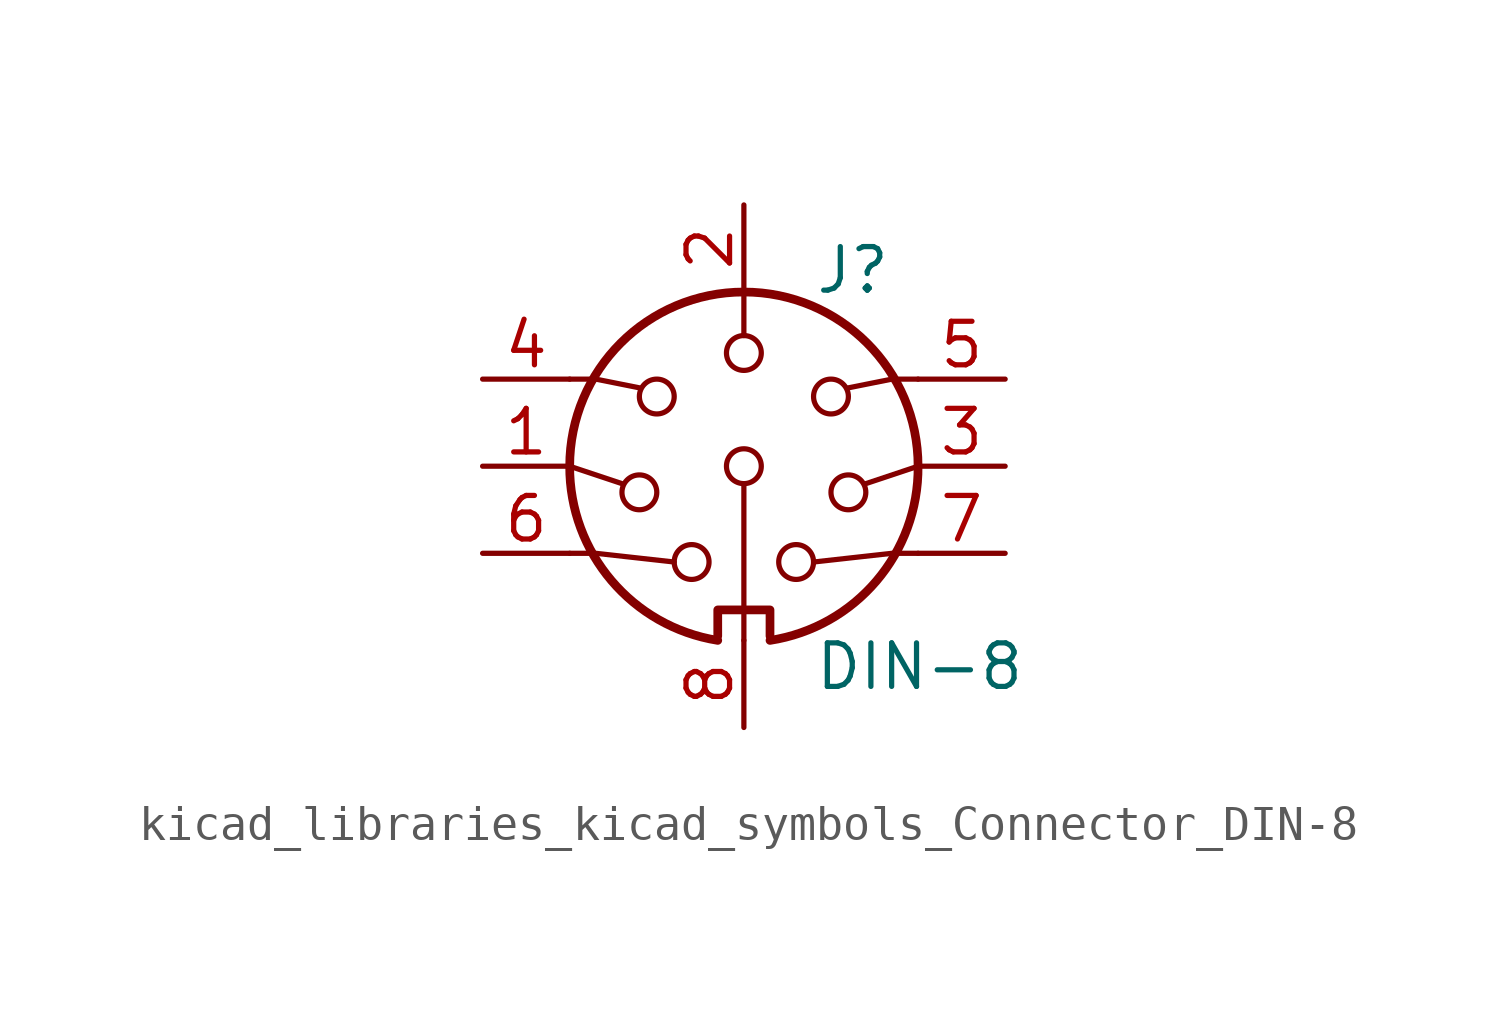
<source format=kicad_sym>
(kicad_symbol_lib
  (version 20220914)
  (generator kicad_symbol_editor)
  (symbol "kicad_libraries_kicad_symbols_Connector_DIN-8"
    (pin_names
      (offset 1.016))
    (property "Reference" "J"
      (at 3.175 5.715 0)
      (effects (font (size 1.27 1.27))))
    (property "Value" "DIN-8"
      (at 2.032 -5.842 0)
      (effects (font (size 1.27 1.27)) (justify left)))
    (symbol "kicad_libraries_kicad_symbols_Connector_DIN-8_0_1"
      (arc (start -5.08 0) (mid -3.8609 -3.3364) (end -0.762 -5.08) (stroke (width 0.254) (type default)) (fill (type none)))
      (circle (center -3.048 -0.762) (radius 0.508) (stroke (width 0) (type default)) (fill (type none)))
      (circle (center -2.54 2.032) (radius 0.508) (stroke (width 0) (type default)) (fill (type none)))
      (circle (center -1.524 -2.794) (radius 0.508) (stroke (width 0) (type default)) (fill (type none)))
      (polyline (pts (xy -5.08 0) (xy -3.556 -0.508)) (stroke (width 0) (type default)) (fill (type none)))
      (polyline (pts (xy 0 -0.508) (xy 0 -5.08)) (stroke (width 0) (type default)) (fill (type none)))
      (polyline (pts (xy 0 5.08) (xy 0 3.81)) (stroke (width 0) (type default)) (fill (type none)))
      (polyline (pts (xy 5.08 0) (xy 3.556 -0.508)) (stroke (width 0) (type default)) (fill (type none)))
      (polyline (pts (xy -5.08 -2.54) (xy -4.318 -2.54) (xy -2.032 -2.794)) (stroke (width 0) (type default)) (fill (type none)))
      (polyline (pts (xy -5.08 2.54) (xy -4.318 2.54) (xy -3.048 2.286)) (stroke (width 0) (type default)) (fill (type none)))
      (polyline (pts (xy 5.08 -2.54) (xy 4.318 -2.54) (xy 2.032 -2.794)) (stroke (width 0) (type default)) (fill (type none)))
      (polyline (pts (xy 5.08 2.54) (xy 4.318 2.54) (xy 3.048 2.286)) (stroke (width 0) (type default)) (fill (type none)))
      (polyline (pts (xy -0.762 -4.953) (xy -0.762 -4.191) (xy 0.762 -4.191) (xy 0.762 -4.953)) (stroke (width 0.254) (type default)) (fill (type none)))
      (circle (center 0 0) (radius 0.508) (stroke (width 0) (type default)) (fill (type none)))
      (circle (center 0 3.302) (radius 0.508) (stroke (width 0) (type default)) (fill (type none)))
      (arc (start 0.762 -5.08) (mid 3.8685 -3.343) (end 5.08 0) (stroke (width 0.254) (type default)) (fill (type none)))
      (circle (center 1.524 -2.794) (radius 0.508) (stroke (width 0) (type default)) (fill (type none)))
      (circle (center 2.54 2.032) (radius 0.508) (stroke (width 0) (type default)) (fill (type none)))
      (circle (center 3.048 -0.762) (radius 0.508) (stroke (width 0) (type default)) (fill (type none)))
      (arc (start 5.08 0) (mid 0 5.0579) (end -5.08 0) (stroke (width 0.254) (type default)) (fill (type none))))
    (symbol "kicad_libraries_kicad_symbols_Connector_DIN-8_1_1"
      (pin passive line (at -7.62 0 0) (length 2.54) (name "~" (effects (font (size 1.27 1.27)))) (number "1" (effects (font (size 1.27 1.27)))))
      (pin passive line (at 0 7.62 270) (length 2.54) (name "~" (effects (font (size 1.27 1.27)))) (number "2" (effects (font (size 1.27 1.27)))))
      (pin passive line (at 7.62 0 180) (length 2.54) (name "~" (effects (font (size 1.27 1.27)))) (number "3" (effects (font (size 1.27 1.27)))))
      (pin passive line (at -7.62 2.54 0) (length 2.54) (name "~" (effects (font (size 1.27 1.27)))) (number "4" (effects (font (size 1.27 1.27)))))
      (pin passive line (at 7.62 2.54 180) (length 2.54) (name "~" (effects (font (size 1.27 1.27)))) (number "5" (effects (font (size 1.27 1.27)))))
      (pin passive line (at -7.62 -2.54 0) (length 2.54) (name "~" (effects (font (size 1.27 1.27)))) (number "6" (effects (font (size 1.27 1.27)))))
      (pin passive line (at 7.62 -2.54 180) (length 2.54) (name "~" (effects (font (size 1.27 1.27)))) (number "7" (effects (font (size 1.27 1.27)))))
      (pin passive line (at 0 -7.62 90) (length 2.54) (name "~" (effects (font (size 1.27 1.27)))) (number "8" (effects (font (size 1.27 1.27))))))))
</source>
